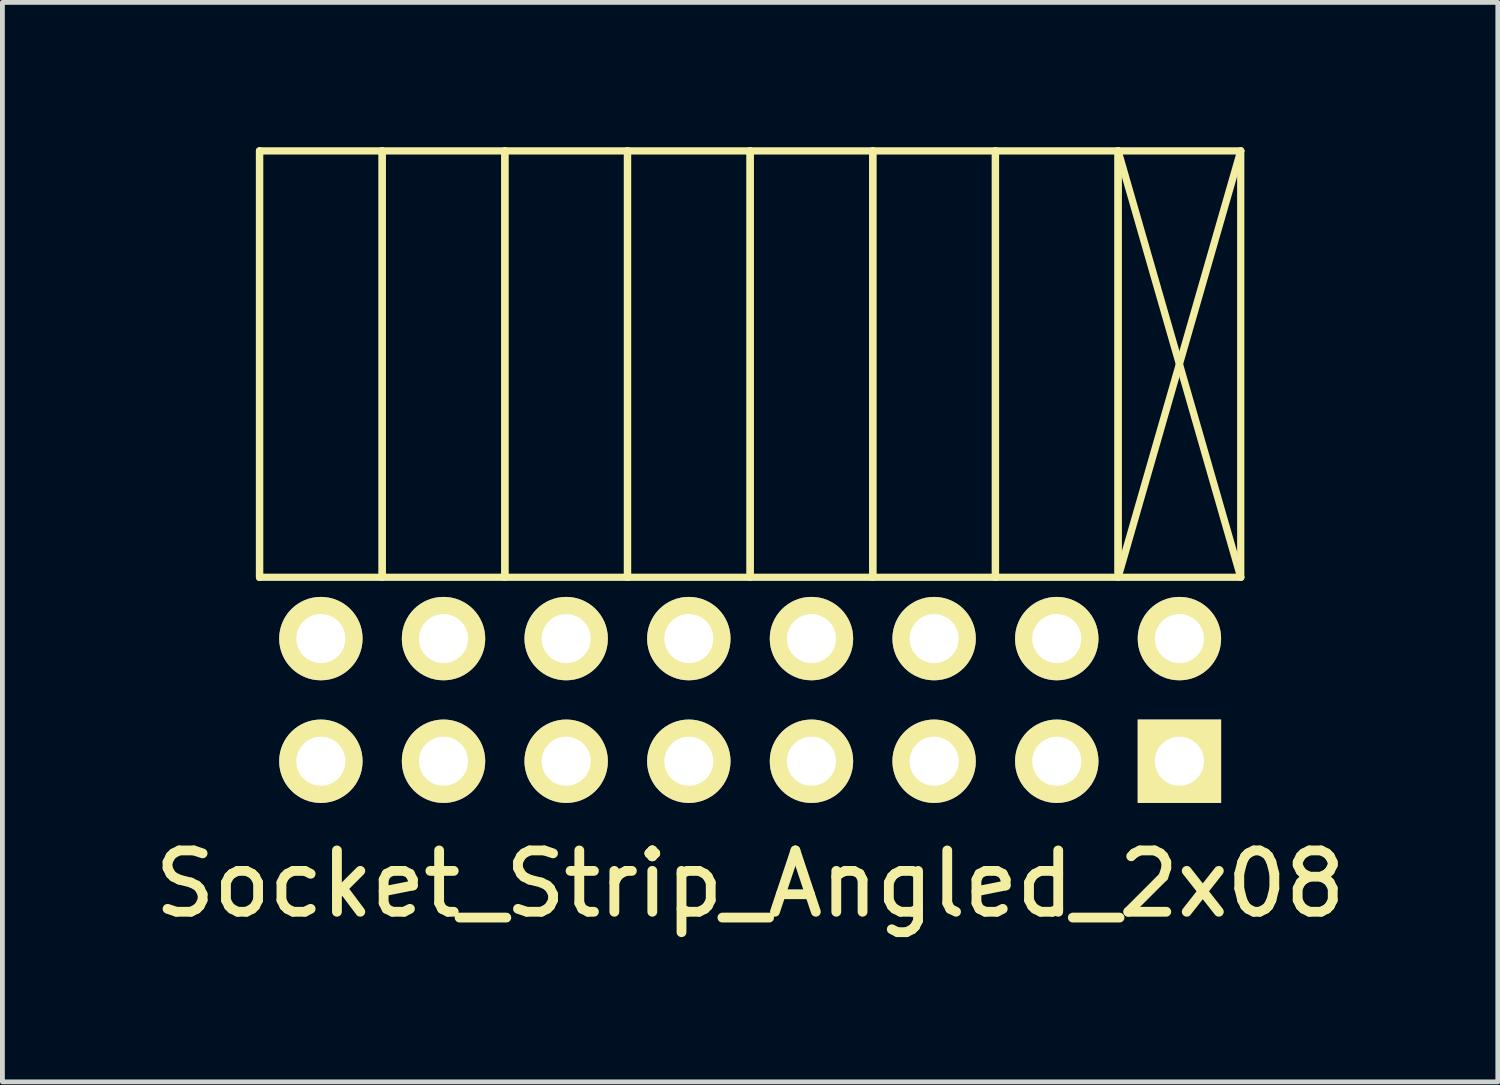
<source format=kicad_pcb>
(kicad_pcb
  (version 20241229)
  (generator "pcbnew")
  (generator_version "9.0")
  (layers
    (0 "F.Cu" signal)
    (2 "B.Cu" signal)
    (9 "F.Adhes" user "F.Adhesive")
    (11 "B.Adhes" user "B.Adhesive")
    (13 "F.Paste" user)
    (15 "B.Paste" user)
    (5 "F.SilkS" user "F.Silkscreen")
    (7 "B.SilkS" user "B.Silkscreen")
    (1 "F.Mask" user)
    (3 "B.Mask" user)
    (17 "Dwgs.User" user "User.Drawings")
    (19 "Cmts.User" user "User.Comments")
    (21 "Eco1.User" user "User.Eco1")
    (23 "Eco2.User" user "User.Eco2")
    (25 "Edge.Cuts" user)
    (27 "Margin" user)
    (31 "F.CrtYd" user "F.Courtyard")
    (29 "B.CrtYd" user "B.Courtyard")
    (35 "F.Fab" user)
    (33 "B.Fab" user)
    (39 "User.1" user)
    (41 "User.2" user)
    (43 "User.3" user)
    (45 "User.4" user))
  (footprint "Socket_Strip_Angled_2x08"
    (layer "F.Cu")
    (at 12.485 11.445)
    (property "Reference" "Socket_Strip_Angled_2x08" (at 0 3.81 0) (layer "F.SilkS") (effects (font (size 1.27 1.27) (thickness 0.203))))
    (attr through_hole)
    (fp_line (start -10.16 -11.37) (end -10.16 -2.54) (stroke (width 0.15) (type solid)) (layer "F.SilkS"))
    (fp_line (start -10.16 -2.54) (end -10.16 -11.37) (stroke (width 0.15) (type solid)) (layer "F.SilkS"))
    (fp_line (start -7.62 -11.37) (end -10.16 -11.37) (stroke (width 0.15) (type solid)) (layer "F.SilkS"))
    (fp_line (start -7.62 -11.37) (end -7.62 -2.54) (stroke (width 0.15) (type solid)) (layer "F.SilkS"))
    (fp_line (start -7.62 -2.54) (end -10.16 -2.54) (stroke (width 0.15) (type solid)) (layer "F.SilkS"))
    (fp_line (start -7.62 -2.54) (end -7.62 -11.37) (stroke (width 0.15) (type solid)) (layer "F.SilkS"))
    (fp_line (start -5.08 -11.37) (end -7.62 -11.37) (stroke (width 0.15) (type solid)) (layer "F.SilkS"))
    (fp_line (start -5.08 -11.37) (end -5.08 -2.54) (stroke (width 0.15) (type solid)) (layer "F.SilkS"))
    (fp_line (start -5.08 -2.54) (end -7.62 -2.54) (stroke (width 0.15) (type solid)) (layer "F.SilkS"))
    (fp_line (start -5.08 -2.54) (end -5.08 -11.37) (stroke (width 0.15) (type solid)) (layer "F.SilkS"))
    (fp_line (start -2.54 -11.37) (end -5.08 -11.37) (stroke (width 0.15) (type solid)) (layer "F.SilkS"))
    (fp_line (start -2.54 -11.37) (end -2.54 -2.54) (stroke (width 0.15) (type solid)) (layer "F.SilkS"))
    (fp_line (start -2.54 -2.54) (end -5.08 -2.54) (stroke (width 0.15) (type solid)) (layer "F.SilkS"))
    (fp_line (start -2.54 -2.54) (end -2.54 -11.37) (stroke (width 0.15) (type solid)) (layer "F.SilkS"))
    (fp_line (start 0 -11.37) (end -2.54 -11.37) (stroke (width 0.15) (type solid)) (layer "F.SilkS"))
    (fp_line (start 0 -11.37) (end 0 -2.54) (stroke (width 0.15) (type solid)) (layer "F.SilkS"))
    (fp_line (start 0 -2.54) (end -2.54 -2.54) (stroke (width 0.15) (type solid)) (layer "F.SilkS"))
    (fp_line (start 0 -2.54) (end 0 -11.37) (stroke (width 0.15) (type solid)) (layer "F.SilkS"))
    (fp_line (start 2.54 -11.37) (end 0 -11.37) (stroke (width 0.15) (type solid)) (layer "F.SilkS"))
    (fp_line (start 2.54 -11.37) (end 2.54 -2.54) (stroke (width 0.15) (type solid)) (layer "F.SilkS"))
    (fp_line (start 2.54 -2.54) (end 0 -2.54) (stroke (width 0.15) (type solid)) (layer "F.SilkS"))
    (fp_line (start 2.54 -2.54) (end 2.54 -11.37) (stroke (width 0.15) (type solid)) (layer "F.SilkS"))
    (fp_line (start 5.08 -11.37) (end 2.54 -11.37) (stroke (width 0.15) (type solid)) (layer "F.SilkS"))
    (fp_line (start 5.08 -11.37) (end 5.08 -2.54) (stroke (width 0.15) (type solid)) (layer "F.SilkS"))
    (fp_line (start 5.08 -2.54) (end 2.54 -2.54) (stroke (width 0.15) (type solid)) (layer "F.SilkS"))
    (fp_line (start 5.08 -2.54) (end 5.08 -11.37) (stroke (width 0.15) (type solid)) (layer "F.SilkS"))
    (fp_line (start 7.62 -11.37) (end 5.08 -11.37) (stroke (width 0.15) (type solid)) (layer "F.SilkS"))
    (fp_line (start 7.62 -11.37) (end 7.62 -2.54) (stroke (width 0.15) (type solid)) (layer "F.SilkS"))
    (fp_line (start 7.62 -2.54) (end 5.08 -2.54) (stroke (width 0.15) (type solid)) (layer "F.SilkS"))
    (fp_line (start 7.62 -2.54) (end 7.62 -11.37) (stroke (width 0.15) (type solid)) (layer "F.SilkS"))
    (fp_line (start 10.16 -11.37) (end 7.62 -11.37) (stroke (width 0.15) (type solid)) (layer "F.SilkS"))
    (fp_line (start 10.16 -11.37) (end 7.62 -2.54) (stroke (width 0.15) (type solid)) (layer "F.SilkS"))
    (fp_line (start 10.16 -2.54) (end 7.62 -11.37) (stroke (width 0.15) (type solid)) (layer "F.SilkS"))
    (fp_line (start 10.16 -2.54) (end 7.62 -2.54) (stroke (width 0.15) (type solid)) (layer "F.SilkS"))
    (fp_line (start 10.16 -2.54) (end 10.16 -11.37) (stroke (width 0.15) (type solid)) (layer "F.SilkS"))
    (pad "1" thru_hole rect (at 8.89 1.27 180) (size 1.727 1.727) (drill 1.016) (layers "*.Cu" "*.Mask" "F.SilkS"))
    (pad "2" thru_hole oval (at 8.89 -1.27 180) (size 1.727 1.727) (drill 1.016) (layers "*.Cu" "*.Mask" "F.SilkS"))
    (pad "3" thru_hole oval (at 6.35 1.27 180) (size 1.727 1.727) (drill 1.016) (layers "*.Cu" "*.Mask" "F.SilkS"))
    (pad "4" thru_hole oval (at 6.35 -1.27 180) (size 1.727 1.727) (drill 1.016) (layers "*.Cu" "*.Mask" "F.SilkS"))
    (pad "5" thru_hole oval (at 3.81 1.27 180) (size 1.727 1.727) (drill 1.016) (layers "*.Cu" "*.Mask" "F.SilkS"))
    (pad "6" thru_hole oval (at 3.81 -1.27 180) (size 1.727 1.727) (drill 1.016) (layers "*.Cu" "*.Mask" "F.SilkS"))
    (pad "7" thru_hole oval (at 1.27 1.27 180) (size 1.727 1.727) (drill 1.016) (layers "*.Cu" "*.Mask" "F.SilkS"))
    (pad "8" thru_hole oval (at 1.27 -1.27 180) (size 1.727 1.727) (drill 1.016) (layers "*.Cu" "*.Mask" "F.SilkS"))
    (pad "9" thru_hole oval (at -1.27 1.27 180) (size 1.727 1.727) (drill 1.016) (layers "*.Cu" "*.Mask" "F.SilkS"))
    (pad "10" thru_hole oval (at -1.27 -1.27 180) (size 1.727 1.727) (drill 1.016) (layers "*.Cu" "*.Mask" "F.SilkS"))
    (pad "11" thru_hole oval (at -3.81 1.27 180) (size 1.727 1.727) (drill 1.016) (layers "*.Cu" "*.Mask" "F.SilkS"))
    (pad "12" thru_hole oval (at -3.81 -1.27 180) (size 1.727 1.727) (drill 1.016) (layers "*.Cu" "*.Mask" "F.SilkS"))
    (pad "13" thru_hole oval (at -6.35 1.27 180) (size 1.727 1.727) (drill 1.016) (layers "*.Cu" "*.Mask" "F.SilkS"))
    (pad "14" thru_hole oval (at -6.35 -1.27 180) (size 1.727 1.727) (drill 1.016) (layers "*.Cu" "*.Mask" "F.SilkS"))
    (pad "15" thru_hole oval (at -8.89 1.27 180) (size 1.727 1.727) (drill 1.016) (layers "*.Cu" "*.Mask" "F.SilkS"))
    (pad "16" thru_hole oval (at -8.89 -1.27 180) (size 1.727 1.727) (drill 1.016) (layers "*.Cu" "*.Mask" "F.SilkS")))
  (gr_rect
    (start -3 -3)
    (end 27.969 19.355)
    (stroke (width 0.1) (type default))
    (fill no)
    (layer "Edge.Cuts")))
</source>
